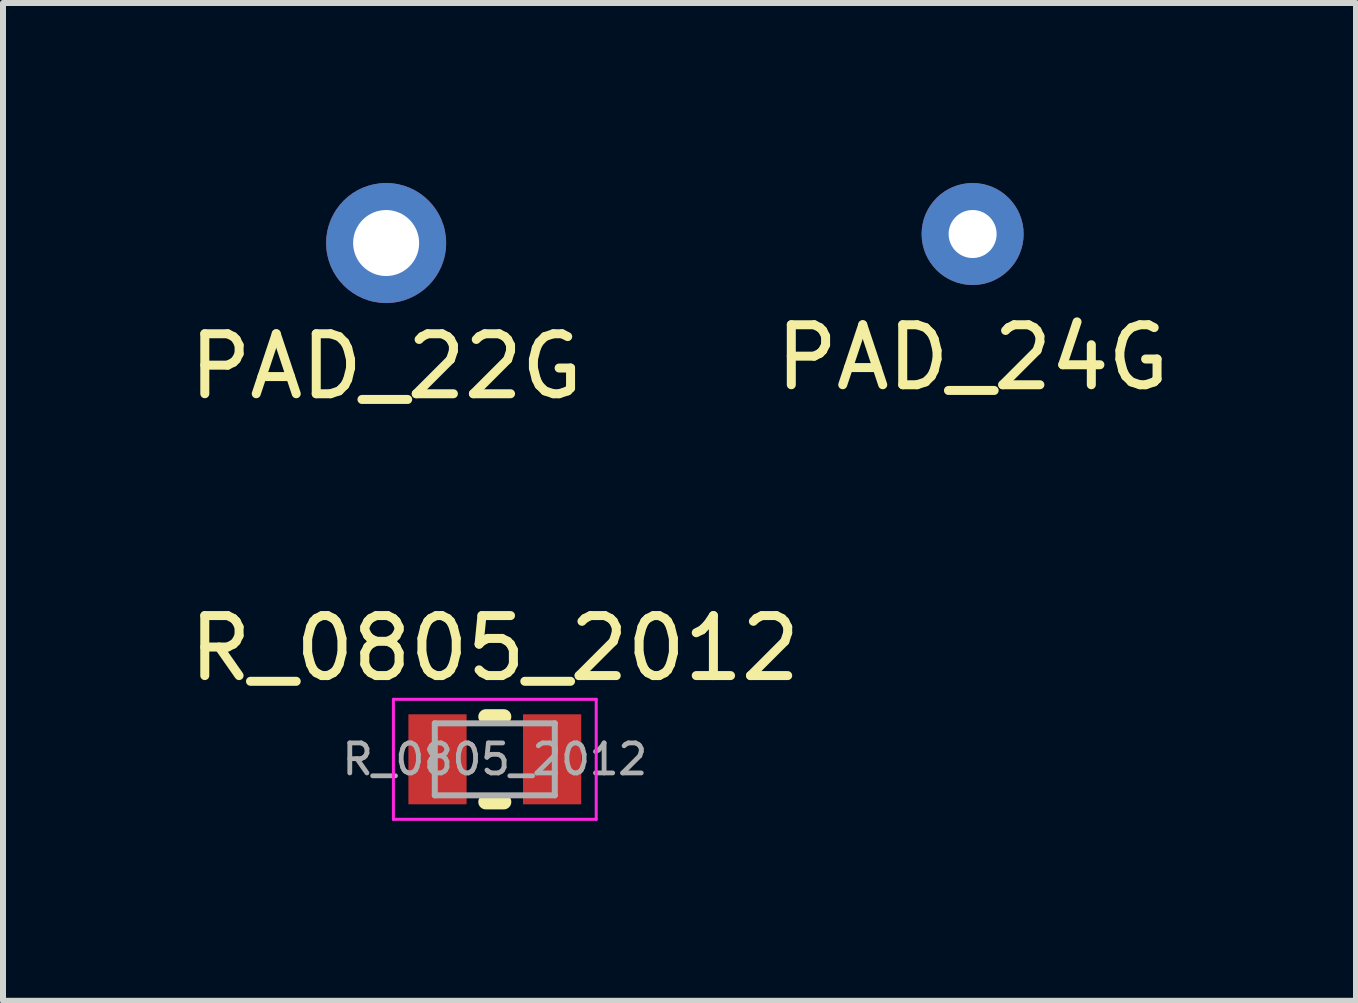
<source format=kicad_pcb>
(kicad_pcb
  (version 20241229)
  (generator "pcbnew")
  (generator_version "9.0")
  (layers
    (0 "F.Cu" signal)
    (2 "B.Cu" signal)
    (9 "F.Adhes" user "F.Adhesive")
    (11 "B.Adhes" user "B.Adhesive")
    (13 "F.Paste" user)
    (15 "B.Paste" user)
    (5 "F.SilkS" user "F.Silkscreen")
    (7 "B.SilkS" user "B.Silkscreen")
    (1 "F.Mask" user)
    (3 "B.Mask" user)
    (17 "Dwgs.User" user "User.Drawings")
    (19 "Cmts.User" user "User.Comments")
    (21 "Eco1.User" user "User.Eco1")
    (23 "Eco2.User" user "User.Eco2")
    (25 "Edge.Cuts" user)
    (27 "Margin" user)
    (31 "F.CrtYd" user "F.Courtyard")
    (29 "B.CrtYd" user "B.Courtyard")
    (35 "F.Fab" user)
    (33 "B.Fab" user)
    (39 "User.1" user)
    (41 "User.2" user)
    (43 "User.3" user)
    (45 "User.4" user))
  (footprint "PAD_22G"
    (layer "F.Cu")
    (at 3.385 1)
    (property "Reference" "PAD_22G" (at 0.002 2.057 0) (layer "F.SilkS") (effects (font (size 1 1) (thickness 0.15))))
    (attr through_hole)
    (pad "1" thru_hole circle (at 0 0 90) (size 2 2) (drill 1.1) (layers "*.Cu" "*.Mask")))
  (footprint "R_0805_2012"
    (layer "F.Cu")
    (at 5.196 9.604)
    (property "Reference" "R_0805_2012" (at 0 -1.85 0) (layer "F.SilkS") (effects (font (size 1 1) (thickness 0.15))))
    (attr smd)
    (fp_line (start -0.15 -0.71) (end 0.15 -0.71) (stroke (width 0.25) (type solid)) (layer "F.SilkS"))
    (fp_line (start -0.15 0.71) (end 0.15 0.71) (stroke (width 0.25) (type solid)) (layer "F.SilkS"))
    (fp_line (start -1.69 -1) (end 1.69 -1) (stroke (width 0.05) (type solid)) (layer "F.CrtYd"))
    (fp_line (start -1.69 1) (end -1.69 -1) (stroke (width 0.05) (type solid)) (layer "F.CrtYd"))
    (fp_line (start 1.69 -1) (end 1.69 1) (stroke (width 0.05) (type solid)) (layer "F.CrtYd"))
    (fp_line (start 1.69 1) (end -1.69 1) (stroke (width 0.05) (type solid)) (layer "F.CrtYd"))
    (fp_line (start -1 -0.6) (end 1 -0.6) (stroke (width 0.1) (type solid)) (layer "F.Fab"))
    (fp_line (start -1 0.6) (end -1 -0.6) (stroke (width 0.1) (type solid)) (layer "F.Fab"))
    (fp_line (start 1 -0.6) (end 1 0.6) (stroke (width 0.1) (type solid)) (layer "F.Fab"))
    (fp_line (start 1 0.6) (end -1 0.6) (stroke (width 0.1) (type solid)) (layer "F.Fab"))
    (fp_text user "${REFERENCE}" (at 0 0 0) (layer "F.Fab") (effects (font (size 0.5 0.5) (thickness 0.08))))
    (pad "1" smd rect (at -0.955 0) (size 0.97 1.5) (layers "F.Cu" "F.Mask" "F.Paste"))
    (pad "2" smd rect (at 0.955 0) (size 0.97 1.5) (layers "F.Cu" "F.Mask" "F.Paste")))
  (footprint "PAD_24G"
    (layer "F.Cu")
    (at 13.159 0.85)
    (property "Reference" "PAD_24G" (at 0.002 2.057 0) (layer "F.SilkS") (effects (font (size 1 1) (thickness 0.15))))
    (attr through_hole)
    (pad "1" thru_hole circle (at 0 0 90) (size 1.7 1.7) (drill 0.8) (layers "*.Cu" "*.Mask")))
  (gr_rect
    (start -3 -3)
    (end 19.548 13.629)
    (stroke (width 0.1) (type default))
    (fill no)
    (layer "Edge.Cuts")))
</source>
